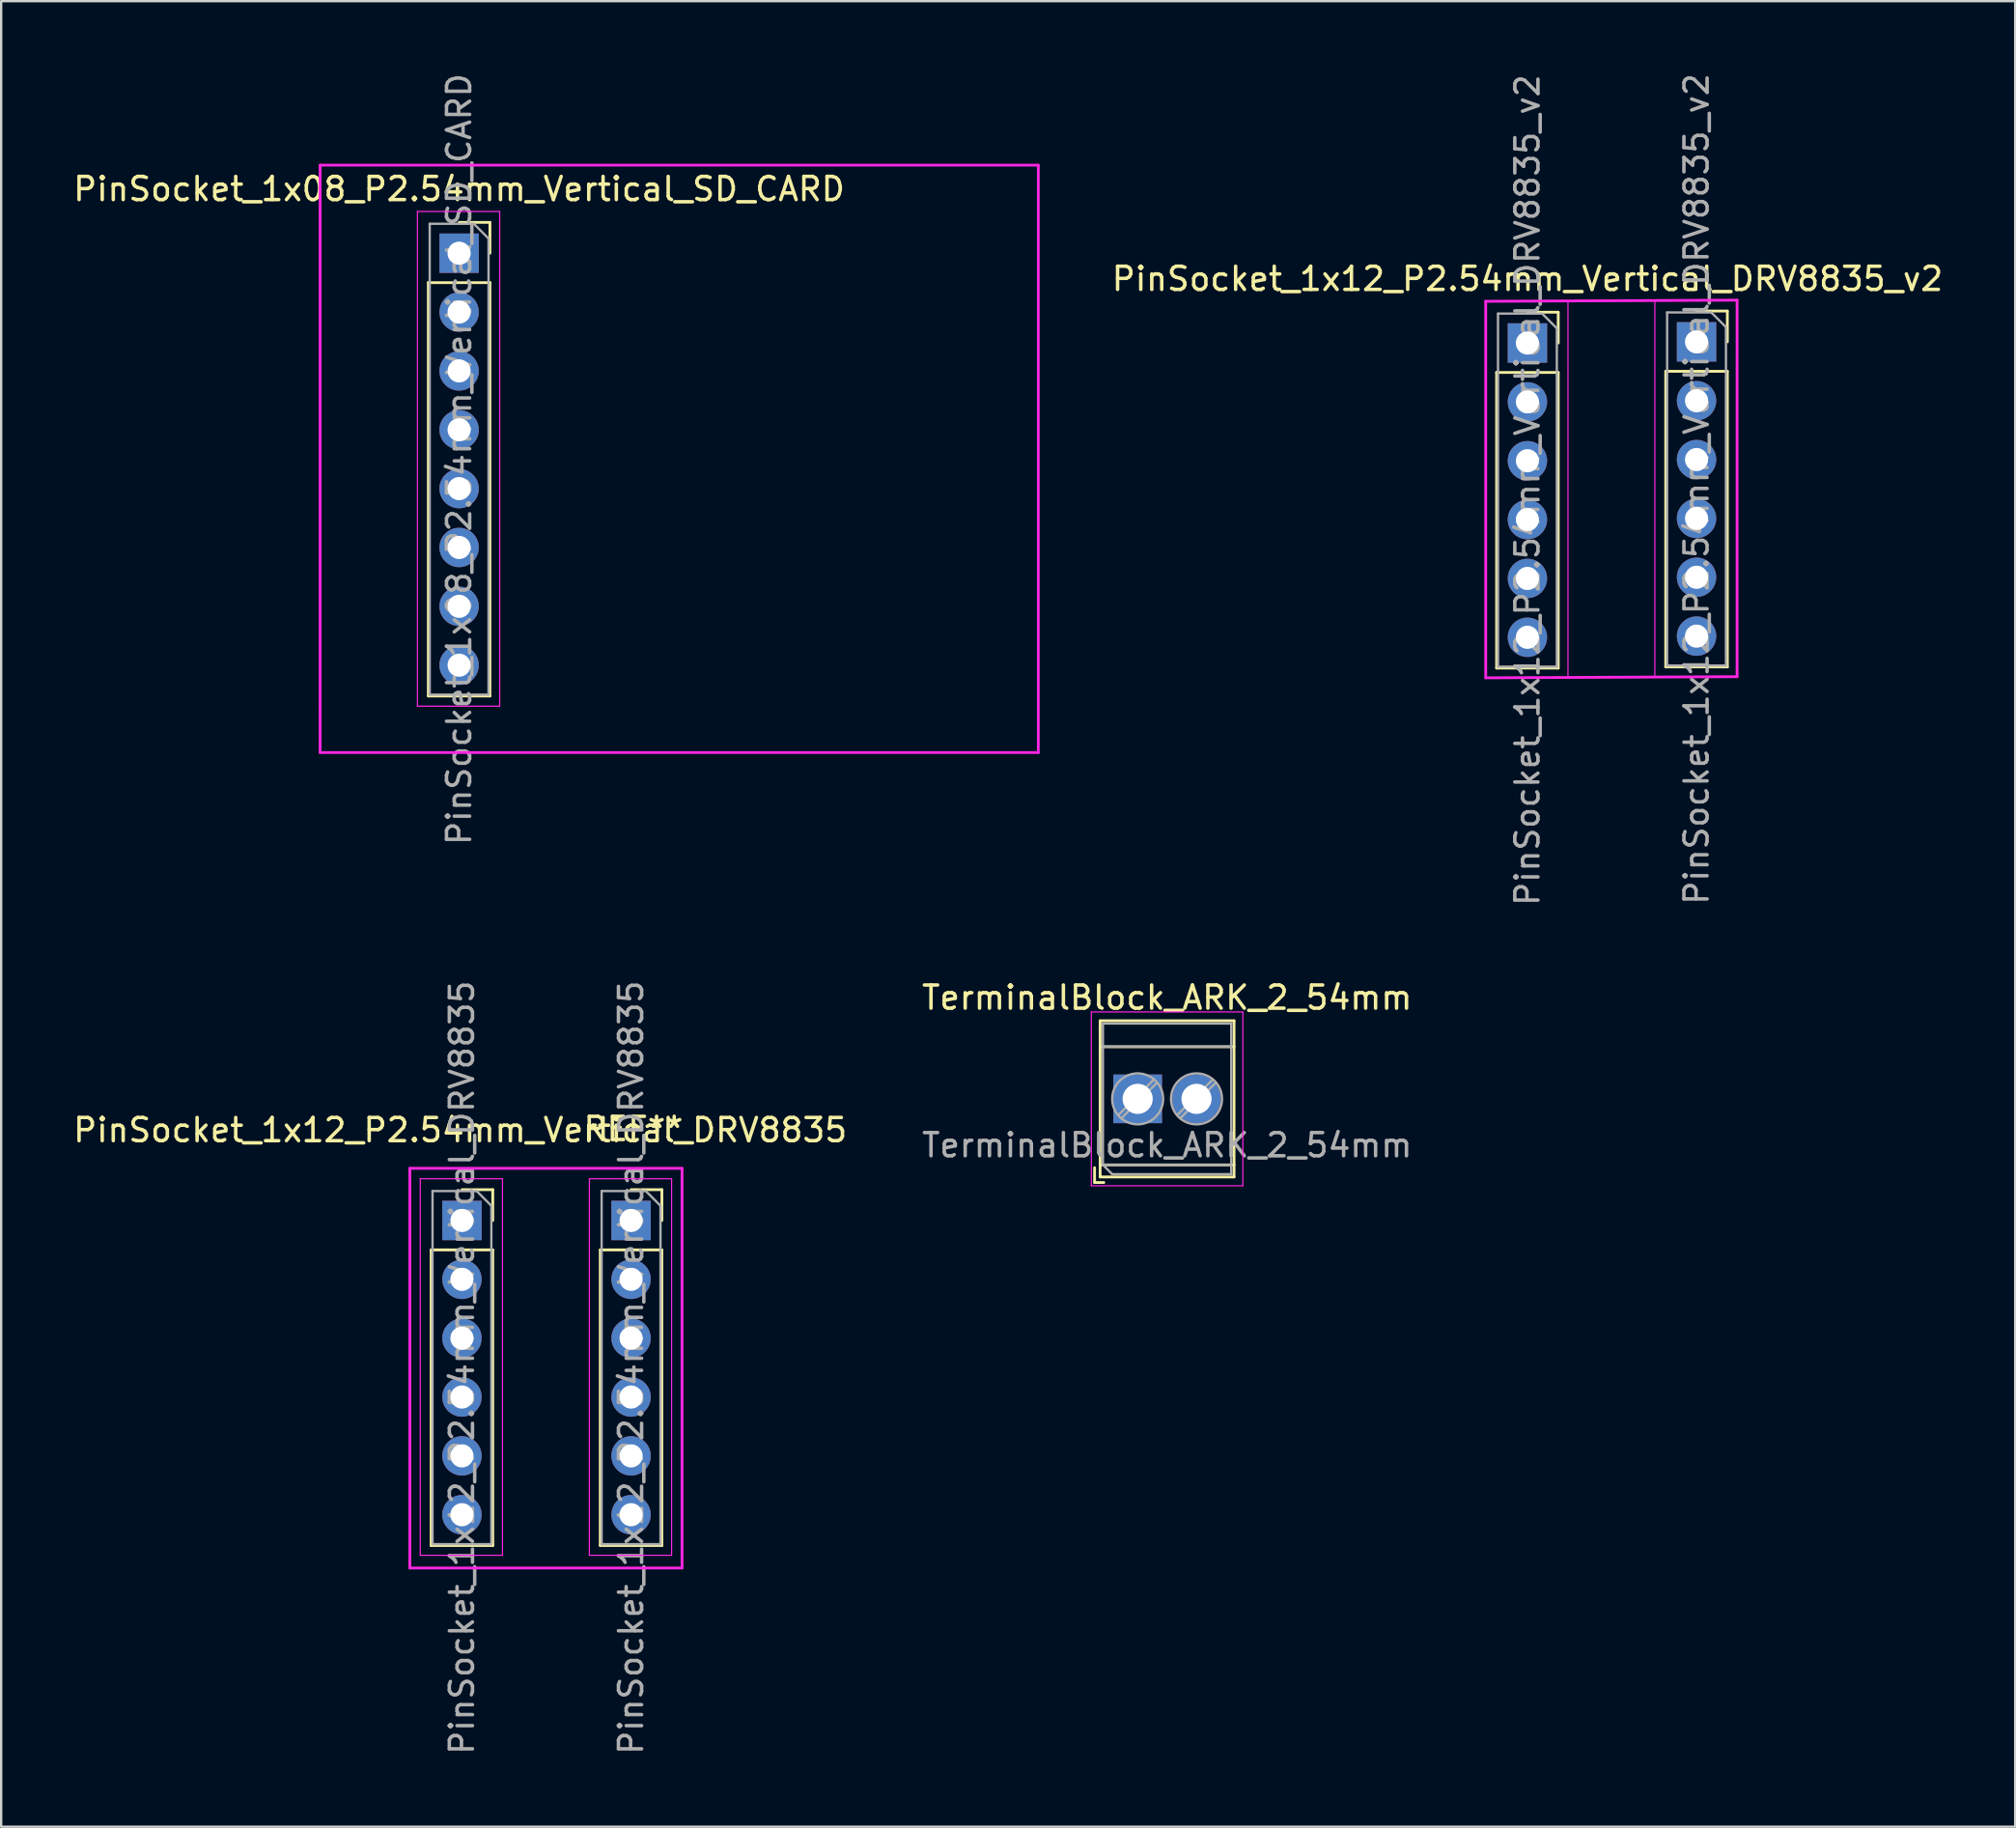
<source format=kicad_pcb>
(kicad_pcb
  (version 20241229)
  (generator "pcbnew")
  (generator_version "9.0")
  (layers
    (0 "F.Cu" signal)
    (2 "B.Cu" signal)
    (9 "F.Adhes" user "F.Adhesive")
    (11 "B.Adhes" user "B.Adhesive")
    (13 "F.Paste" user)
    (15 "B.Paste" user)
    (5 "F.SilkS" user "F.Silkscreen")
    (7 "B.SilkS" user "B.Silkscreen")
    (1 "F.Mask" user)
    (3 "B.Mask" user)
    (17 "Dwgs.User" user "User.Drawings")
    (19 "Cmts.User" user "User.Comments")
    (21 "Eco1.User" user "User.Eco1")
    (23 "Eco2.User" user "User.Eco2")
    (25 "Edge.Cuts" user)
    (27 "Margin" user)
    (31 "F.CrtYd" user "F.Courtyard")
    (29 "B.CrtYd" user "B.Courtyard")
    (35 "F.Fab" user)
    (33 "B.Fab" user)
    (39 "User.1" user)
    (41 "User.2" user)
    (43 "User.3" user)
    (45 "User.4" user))
  (footprint "PinSocket_1x08_P2.54mm_Vertical_SD_CARD"
    (layer "F.Cu")
    (at 16.768 7.878)
    (property "Reference" "PinSocket_1x08_P2.54mm_Vertical_SD_CARD" (at 0 -2.77 0) (layer "F.SilkS") (effects (font (size 1 1) (thickness 0.15))))
    (attr through_hole)
    (fp_line (start -1.33 1.27) (end -1.33 19.11) (stroke (width 0.12) (type solid)) (layer "F.SilkS"))
    (fp_line (start -1.33 1.27) (end 1.33 1.27) (stroke (width 0.12) (type solid)) (layer "F.SilkS"))
    (fp_line (start -1.33 19.11) (end 1.33 19.11) (stroke (width 0.12) (type solid)) (layer "F.SilkS"))
    (fp_line (start 0 -1.33) (end 1.33 -1.33) (stroke (width 0.12) (type solid)) (layer "F.SilkS"))
    (fp_line (start 1.33 -1.33) (end 1.33 0) (stroke (width 0.12) (type solid)) (layer "F.SilkS"))
    (fp_line (start 1.33 1.27) (end 1.33 19.11) (stroke (width 0.12) (type solid)) (layer "F.SilkS"))
    (fp_line (start -6 -3.8) (end 25 -3.8) (stroke (width 0.12) (type solid)) (layer "F.CrtYd"))
    (fp_line (start -6 -1.85) (end -6 -3.8) (stroke (width 0.12) (type solid)) (layer "F.CrtYd"))
    (fp_line (start -6 -1.85) (end -6 19.55) (stroke (width 0.12) (type solid)) (layer "F.CrtYd"))
    (fp_line (start -6 21.05) (end -6 19.55) (stroke (width 0.12) (type solid)) (layer "F.CrtYd"))
    (fp_line (start -6 21.55) (end -6 21.05) (stroke (width 0.12) (type solid)) (layer "F.CrtYd"))
    (fp_line (start -6 21.55) (end 25 21.55) (stroke (width 0.12) (type solid)) (layer "F.CrtYd"))
    (fp_line (start -1.8 -1.8) (end 1.75 -1.8) (stroke (width 0.05) (type solid)) (layer "F.CrtYd"))
    (fp_line (start -1.8 19.55) (end -1.8 -1.8) (stroke (width 0.05) (type solid)) (layer "F.CrtYd"))
    (fp_line (start 1.75 -1.8) (end 1.75 19.55) (stroke (width 0.05) (type solid)) (layer "F.CrtYd"))
    (fp_line (start 1.75 19.55) (end -1.8 19.55) (stroke (width 0.05) (type solid)) (layer "F.CrtYd"))
    (fp_line (start 25 -3.8) (end 25 21.55) (stroke (width 0.12) (type solid)) (layer "F.CrtYd"))
    (fp_line (start -1.27 -1.27) (end 0.635 -1.27) (stroke (width 0.1) (type solid)) (layer "F.Fab"))
    (fp_line (start -1.27 19.05) (end -1.27 -1.27) (stroke (width 0.1) (type solid)) (layer "F.Fab"))
    (fp_line (start 0.635 -1.27) (end 1.27 -0.635) (stroke (width 0.1) (type solid)) (layer "F.Fab"))
    (fp_line (start 1.27 -0.635) (end 1.27 19.05) (stroke (width 0.1) (type solid)) (layer "F.Fab"))
    (fp_line (start 1.27 19.05) (end -1.27 19.05) (stroke (width 0.1) (type solid)) (layer "F.Fab"))
    (fp_text user "${REFERENCE}" (at 0 8.89 90) (layer "F.Fab") (effects (font (size 1 1) (thickness 0.15))))
    (pad "1" thru_hole rect (at 0 0) (size 1.7 1.7) (drill 1) (layers "*.Cu" "*.Mask"))
    (pad "2" thru_hole oval (at 0 2.54) (size 1.7 1.7) (drill 1) (layers "*.Cu" "*.Mask"))
    (pad "3" thru_hole oval (at 0 5.08) (size 1.7 1.7) (drill 1) (layers "*.Cu" "*.Mask"))
    (pad "4" thru_hole oval (at 0 7.62) (size 1.7 1.7) (drill 1) (layers "*.Cu" "*.Mask"))
    (pad "5" thru_hole oval (at 0 10.16) (size 1.7 1.7) (drill 1) (layers "*.Cu" "*.Mask"))
    (pad "6" thru_hole oval (at 0 12.7) (size 1.7 1.7) (drill 1) (layers "*.Cu" "*.Mask"))
    (pad "7" thru_hole oval (at 0 15.24) (size 1.7 1.7) (drill 1) (layers "*.Cu" "*.Mask"))
    (pad "8" thru_hole oval (at 0 17.78) (size 1.7 1.7) (drill 1) (layers "*.Cu" "*.Mask")))
  (footprint "TerminalBlock_ARK_2_54mm"
    (layer "F.Cu")
    (at 46.057 44.375)
    (property "Reference" "TerminalBlock_ARK_2_54mm" (at 1.27 -4.37 0) (layer "F.SilkS") (effects (font (size 1 1) (thickness 0.15))))
    (attr through_hole)
    (fp_line (start -1.86 2.97) (end -1.86 3.61) (stroke (width 0.12) (type solid)) (layer "F.SilkS"))
    (fp_line (start -1.86 3.61) (end -1.46 3.61) (stroke (width 0.12) (type solid)) (layer "F.SilkS"))
    (fp_line (start -1.62 -3.37) (end -1.62 3.37) (stroke (width 0.12) (type solid)) (layer "F.SilkS"))
    (fp_line (start -1.62 -3.37) (end 4.16 -3.37) (stroke (width 0.12) (type solid)) (layer "F.SilkS"))
    (fp_line (start -1.62 -2.25) (end 4.16 -2.25) (stroke (width 0.12) (type solid)) (layer "F.SilkS"))
    (fp_line (start -1.62 2.85) (end 4.16 2.85) (stroke (width 0.12) (type solid)) (layer "F.SilkS"))
    (fp_line (start -1.62 3.37) (end 4.16 3.37) (stroke (width 0.12) (type solid)) (layer "F.SilkS"))
    (fp_line (start 4.16 -3.37) (end 4.16 3.37) (stroke (width 0.12) (type solid)) (layer "F.SilkS"))
    (fp_line (start -2 -3.75) (end -2 3.75) (stroke (width 0.05) (type solid)) (layer "F.CrtYd"))
    (fp_line (start -2 3.75) (end 4.54 3.75) (stroke (width 0.05) (type solid)) (layer "F.CrtYd"))
    (fp_line (start 4.54 -3.75) (end -2 -3.75) (stroke (width 0.05) (type solid)) (layer "F.CrtYd"))
    (fp_line (start 4.54 3.75) (end 4.54 -3.75) (stroke (width 0.05) (type solid)) (layer "F.CrtYd"))
    (fp_line (start -1.5 -3.25) (end 4.04 -3.25) (stroke (width 0.1) (type solid)) (layer "F.Fab"))
    (fp_line (start -1.5 -2.25) (end 4.04 -2.25) (stroke (width 0.1) (type solid)) (layer "F.Fab"))
    (fp_line (start -1.5 2.85) (end -1.5 -3.25) (stroke (width 0.1) (type solid)) (layer "F.Fab"))
    (fp_line (start -1.5 2.85) (end 4.04 2.85) (stroke (width 0.1) (type solid)) (layer "F.Fab"))
    (fp_line (start -1.1 3.25) (end -1.5 2.85) (stroke (width 0.1) (type solid)) (layer "F.Fab"))
    (fp_line (start 0.701 -0.835) (end -0.835 0.7) (stroke (width 0.1) (type solid)) (layer "F.Fab"))
    (fp_line (start 0.835 -0.7) (end -0.701 0.835) (stroke (width 0.1) (type solid)) (layer "F.Fab"))
    (fp_line (start 3.241 -0.835) (end 1.706 0.7) (stroke (width 0.1) (type solid)) (layer "F.Fab"))
    (fp_line (start 3.375 -0.7) (end 1.84 0.835) (stroke (width 0.1) (type solid)) (layer "F.Fab"))
    (fp_line (start 4.04 -3.25) (end 4.04 3.25) (stroke (width 0.1) (type solid)) (layer "F.Fab"))
    (fp_line (start 4.04 3.25) (end -1.1 3.25) (stroke (width 0.1) (type solid)) (layer "F.Fab"))
    (fp_circle (center 0 0) (end 1.1 0) (stroke (width 0.1) (type solid)) (fill no) (layer "F.Fab"))
    (fp_circle (center 2.54 0) (end 3.64 0) (stroke (width 0.1) (type solid)) (fill no) (layer "F.Fab"))
    (fp_text user "${REFERENCE}" (at 1.27 2 0) (layer "F.Fab") (effects (font (size 1 1) (thickness 0.15))))
    (pad "1" thru_hole rect (at 0 0) (size 2.1 2.1) (drill 1.3) (layers "*.Cu" "*.Mask"))
    (pad "2" thru_hole circle (at 2.54 0) (size 2.1 2.1) (drill 1.3) (layers "*.Cu" "*.Mask")))
  (footprint "PinSocket_1x12_P2.54mm_Vertical_DRV8835_v2"
    (layer "F.Cu")
    (at 62.881 11.754)
    (property "Reference" "PinSocket_1x12_P2.54mm_Vertical_DRV8835_v2" (at 0 -2.77 0) (layer "F.SilkS") (effects (font (size 1 1) (thickness 0.15))))
    (attr through_hole)
    (fp_line (start -1.33 1.27) (end -1.33 14.03) (stroke (width 0.12) (type solid)) (layer "F.SilkS"))
    (fp_line (start -1.33 1.27) (end 1.33 1.27) (stroke (width 0.12) (type solid)) (layer "F.SilkS"))
    (fp_line (start -1.33 14.03) (end 1.33 14.03) (stroke (width 0.12) (type solid)) (layer "F.SilkS"))
    (fp_line (start 0 -1.33) (end 1.33 -1.33) (stroke (width 0.12) (type solid)) (layer "F.SilkS"))
    (fp_line (start 1.33 -1.33) (end 1.33 0) (stroke (width 0.12) (type solid)) (layer "F.SilkS"))
    (fp_line (start 1.33 1.27) (end 1.33 14.03) (stroke (width 0.12) (type solid)) (layer "F.SilkS"))
    (fp_line (start 5.97 1.22) (end 5.97 13.98) (stroke (width 0.12) (type solid)) (layer "F.SilkS"))
    (fp_line (start 5.97 1.22) (end 8.63 1.22) (stroke (width 0.12) (type solid)) (layer "F.SilkS"))
    (fp_line (start 5.97 13.98) (end 8.63 13.98) (stroke (width 0.12) (type solid)) (layer "F.SilkS"))
    (fp_line (start 7.3 -1.38) (end 8.63 -1.38) (stroke (width 0.12) (type solid)) (layer "F.SilkS"))
    (fp_line (start 8.63 -1.38) (end 8.63 -0.05) (stroke (width 0.12) (type solid)) (layer "F.SilkS"))
    (fp_line (start 8.63 1.22) (end 8.63 13.98) (stroke (width 0.12) (type solid)) (layer "F.SilkS"))
    (fp_line (start -1.8 -1.8) (end 1.75 -1.8) (stroke (width 0.05) (type solid)) (layer "F.CrtYd"))
    (fp_line (start -1.8 -1.8) (end 9.05 -1.85) (stroke (width 0.12) (type solid)) (layer "F.CrtYd"))
    (fp_line (start -1.8 14.45) (end -1.8 -1.8) (stroke (width 0.05) (type solid)) (layer "F.CrtYd"))
    (fp_line (start -1.8 14.45) (end -1.8 -1.8) (stroke (width 0.12) (type solid)) (layer "F.CrtYd"))
    (fp_line (start 1.75 -1.8) (end 1.75 14.45) (stroke (width 0.05) (type solid)) (layer "F.CrtYd"))
    (fp_line (start 1.75 14.45) (end -1.8 14.45) (stroke (width 0.05) (type solid)) (layer "F.CrtYd"))
    (fp_line (start 5.5 -1.85) (end 9.05 -1.85) (stroke (width 0.05) (type solid)) (layer "F.CrtYd"))
    (fp_line (start 5.5 14.4) (end 5.5 -1.85) (stroke (width 0.05) (type solid)) (layer "F.CrtYd"))
    (fp_line (start 9.05 -1.85) (end 9.05 14.4) (stroke (width 0.05) (type solid)) (layer "F.CrtYd"))
    (fp_line (start 9.05 -1.85) (end 9.05 14.4) (stroke (width 0.12) (type solid)) (layer "F.CrtYd"))
    (fp_line (start 9.05 14.4) (end -1.8 14.45) (stroke (width 0.12) (type solid)) (layer "F.CrtYd"))
    (fp_line (start 9.05 14.4) (end 5.5 14.4) (stroke (width 0.05) (type solid)) (layer "F.CrtYd"))
    (fp_line (start -1.27 -1.27) (end 0.635 -1.27) (stroke (width 0.1) (type solid)) (layer "F.Fab"))
    (fp_line (start -1.27 13.97) (end -1.27 -1.27) (stroke (width 0.1) (type solid)) (layer "F.Fab"))
    (fp_line (start 0.635 -1.27) (end 1.27 -0.635) (stroke (width 0.1) (type solid)) (layer "F.Fab"))
    (fp_line (start 1.27 -0.635) (end 1.27 13.97) (stroke (width 0.1) (type solid)) (layer "F.Fab"))
    (fp_line (start 1.27 13.97) (end -1.27 13.97) (stroke (width 0.1) (type solid)) (layer "F.Fab"))
    (fp_line (start 6.03 -1.32) (end 7.935 -1.32) (stroke (width 0.1) (type solid)) (layer "F.Fab"))
    (fp_line (start 6.03 13.92) (end 6.03 -1.32) (stroke (width 0.1) (type solid)) (layer "F.Fab"))
    (fp_line (start 7.935 -1.32) (end 8.57 -0.685) (stroke (width 0.1) (type solid)) (layer "F.Fab"))
    (fp_line (start 8.57 -0.685) (end 8.57 13.92) (stroke (width 0.1) (type solid)) (layer "F.Fab"))
    (fp_line (start 8.57 13.92) (end 6.03 13.92) (stroke (width 0.1) (type solid)) (layer "F.Fab"))
    (fp_text user "${REFERENCE}" (at 7.3 6.3 90) (layer "F.Fab") (effects (font (size 1 1) (thickness 0.15))))
    (fp_text user "${REFERENCE}" (at 0 6.35 90) (layer "F.Fab") (effects (font (size 1 1) (thickness 0.15))))
    (pad "1" thru_hole rect (at 0 0) (size 1.7 1.7) (drill 1) (layers "*.Cu" "*.Mask"))
    (pad "2" thru_hole oval (at 0 2.54) (size 1.7 1.7) (drill 1) (layers "*.Cu" "*.Mask"))
    (pad "3" thru_hole oval (at 0 5.08) (size 1.7 1.7) (drill 1) (layers "*.Cu" "*.Mask"))
    (pad "4" thru_hole oval (at 0 7.62) (size 1.7 1.7) (drill 1) (layers "*.Cu" "*.Mask"))
    (pad "5" thru_hole oval (at 0 10.16) (size 1.7 1.7) (drill 1) (layers "*.Cu" "*.Mask"))
    (pad "6" thru_hole oval (at 0 12.7) (size 1.7 1.7) (drill 1) (layers "*.Cu" "*.Mask"))
    (pad "7" thru_hole rect (at 7.3 -0.05) (size 1.7 1.7) (drill 1) (layers "*.Cu" "*.Mask"))
    (pad "8" thru_hole oval (at 7.3 2.49) (size 1.7 1.7) (drill 1) (layers "*.Cu" "*.Mask"))
    (pad "9" thru_hole oval (at 7.3 5.03) (size 1.7 1.7) (drill 1) (layers "*.Cu" "*.Mask"))
    (pad "10" thru_hole oval (at 7.3 7.57) (size 1.7 1.7) (drill 1) (layers "*.Cu" "*.Mask"))
    (pad "11" thru_hole oval (at 7.3 10.11) (size 1.7 1.7) (drill 1) (layers "*.Cu" "*.Mask"))
    (pad "12" thru_hole oval (at 7.3 12.65) (size 1.7 1.7) (drill 1) (layers "*.Cu" "*.Mask")))
  (footprint "PinSocket_1x12_P2.54mm_Vertical_DRV8835"
    (layer "F.Cu")
    (at 16.89 49.623)
    (property "Reference" "PinSocket_1x12_P2.54mm_Vertical_DRV8835" (at -0.075 -3.9 0) (layer "F.SilkS") (effects (font (size 1 1) (thickness 0.15))))
    (attr through_hole)
    (fp_line (start -1.33 1.27) (end -1.33 14.03) (stroke (width 0.12) (type solid)) (layer "F.SilkS"))
    (fp_line (start -1.33 1.27) (end 1.33 1.27) (stroke (width 0.12) (type solid)) (layer "F.SilkS"))
    (fp_line (start -1.33 14.03) (end 1.33 14.03) (stroke (width 0.12) (type solid)) (layer "F.SilkS"))
    (fp_line (start 0 -1.33) (end 1.33 -1.33) (stroke (width 0.12) (type solid)) (layer "F.SilkS"))
    (fp_line (start 1.33 -1.33) (end 1.33 0) (stroke (width 0.12) (type solid)) (layer "F.SilkS"))
    (fp_line (start 1.33 1.27) (end 1.33 14.03) (stroke (width 0.12) (type solid)) (layer "F.SilkS"))
    (fp_line (start 5.97 1.27) (end 5.97 14.03) (stroke (width 0.12) (type solid)) (layer "F.SilkS"))
    (fp_line (start 5.97 1.27) (end 8.63 1.27) (stroke (width 0.12) (type solid)) (layer "F.SilkS"))
    (fp_line (start 5.97 14.03) (end 8.63 14.03) (stroke (width 0.12) (type solid)) (layer "F.SilkS"))
    (fp_line (start 7.3 -1.33) (end 8.63 -1.33) (stroke (width 0.12) (type solid)) (layer "F.SilkS"))
    (fp_line (start 8.63 -1.33) (end 8.63 0) (stroke (width 0.12) (type solid)) (layer "F.SilkS"))
    (fp_line (start 8.63 1.27) (end 8.63 14.03) (stroke (width 0.12) (type solid)) (layer "F.SilkS"))
    (fp_line (start -2.25 -2.25) (end 9.5 -2.25) (stroke (width 0.12) (type solid)) (layer "F.CrtYd"))
    (fp_line (start -2.25 15) (end -2.25 -2.25) (stroke (width 0.12) (type solid)) (layer "F.CrtYd"))
    (fp_line (start -1.8 -1.8) (end 1.75 -1.8) (stroke (width 0.05) (type solid)) (layer "F.CrtYd"))
    (fp_line (start -1.8 14.45) (end -1.8 -1.8) (stroke (width 0.05) (type solid)) (layer "F.CrtYd"))
    (fp_line (start 1.75 -1.8) (end 1.75 14.45) (stroke (width 0.05) (type solid)) (layer "F.CrtYd"))
    (fp_line (start 1.75 14.45) (end -1.8 14.45) (stroke (width 0.05) (type solid)) (layer "F.CrtYd"))
    (fp_line (start 5.5 -1.8) (end 9.05 -1.8) (stroke (width 0.05) (type solid)) (layer "F.CrtYd"))
    (fp_line (start 5.5 14.45) (end 5.5 -1.8) (stroke (width 0.05) (type solid)) (layer "F.CrtYd"))
    (fp_line (start 9.05 -1.8) (end 9.05 14.45) (stroke (width 0.05) (type solid)) (layer "F.CrtYd"))
    (fp_line (start 9.05 14.45) (end 5.5 14.45) (stroke (width 0.05) (type solid)) (layer "F.CrtYd"))
    (fp_line (start 9.5 -2.25) (end 9.5 15) (stroke (width 0.12) (type solid)) (layer "F.CrtYd"))
    (fp_line (start 9.5 15) (end -2.25 15) (stroke (width 0.12) (type solid)) (layer "F.CrtYd"))
    (fp_line (start -1.27 -1.27) (end 0.635 -1.27) (stroke (width 0.1) (type solid)) (layer "F.Fab"))
    (fp_line (start -1.27 13.97) (end -1.27 -1.27) (stroke (width 0.1) (type solid)) (layer "F.Fab"))
    (fp_line (start 0.635 -1.27) (end 1.27 -0.635) (stroke (width 0.1) (type solid)) (layer "F.Fab"))
    (fp_line (start 1.27 -0.635) (end 1.27 13.97) (stroke (width 0.1) (type solid)) (layer "F.Fab"))
    (fp_line (start 1.27 13.97) (end -1.27 13.97) (stroke (width 0.1) (type solid)) (layer "F.Fab"))
    (fp_line (start 6.03 -1.27) (end 7.935 -1.27) (stroke (width 0.1) (type solid)) (layer "F.Fab"))
    (fp_line (start 6.03 13.97) (end 6.03 -1.27) (stroke (width 0.1) (type solid)) (layer "F.Fab"))
    (fp_line (start 7.935 -1.27) (end 8.57 -0.635) (stroke (width 0.1) (type solid)) (layer "F.Fab"))
    (fp_line (start 8.57 -0.635) (end 8.57 13.97) (stroke (width 0.1) (type solid)) (layer "F.Fab"))
    (fp_line (start 8.57 13.97) (end 6.03 13.97) (stroke (width 0.1) (type solid)) (layer "F.Fab"))
    (fp_text user "REF**" (at 7.4 -3.95 0) (layer "F.SilkS") (effects (font (size 1 1) (thickness 0.15))))
    (fp_text user "${REFERENCE}" (at 7.3 6.35 90) (layer "F.Fab") (effects (font (size 1 1) (thickness 0.15))))
    (fp_text user "${REFERENCE}" (at 0 6.35 90) (layer "F.Fab") (effects (font (size 1 1) (thickness 0.15))))
    (pad "1" thru_hole rect (at 0 0) (size 1.7 1.7) (drill 1) (layers "*.Cu" "*.Mask"))
    (pad "2" thru_hole oval (at 0 2.54) (size 1.7 1.7) (drill 1) (layers "*.Cu" "*.Mask"))
    (pad "3" thru_hole oval (at 0 5.08) (size 1.7 1.7) (drill 1) (layers "*.Cu" "*.Mask"))
    (pad "4" thru_hole oval (at 0 7.62) (size 1.7 1.7) (drill 1) (layers "*.Cu" "*.Mask"))
    (pad "5" thru_hole oval (at 0 10.16) (size 1.7 1.7) (drill 1) (layers "*.Cu" "*.Mask"))
    (pad "6" thru_hole oval (at 0 12.7) (size 1.7 1.7) (drill 1) (layers "*.Cu" "*.Mask"))
    (pad "7" thru_hole rect (at 7.3 0) (size 1.7 1.7) (drill 1) (layers "*.Cu" "*.Mask"))
    (pad "8" thru_hole oval (at 7.3 2.54) (size 1.7 1.7) (drill 1) (layers "*.Cu" "*.Mask"))
    (pad "9" thru_hole oval (at 7.3 5.08) (size 1.7 1.7) (drill 1) (layers "*.Cu" "*.Mask"))
    (pad "10" thru_hole oval (at 7.3 7.62) (size 1.7 1.7) (drill 1) (layers "*.Cu" "*.Mask"))
    (pad "11" thru_hole oval (at 7.3 10.16) (size 1.7 1.7) (drill 1) (layers "*.Cu" "*.Mask"))
    (pad "12" thru_hole oval (at 7.3 12.7) (size 1.7 1.7) (drill 1) (layers "*.Cu" "*.Mask")))
  (gr_rect
    (start -3 -3)
    (end 83.935 75.788)
    (stroke (width 0.1) (type default))
    (fill no)
    (layer "Edge.Cuts")))
</source>
